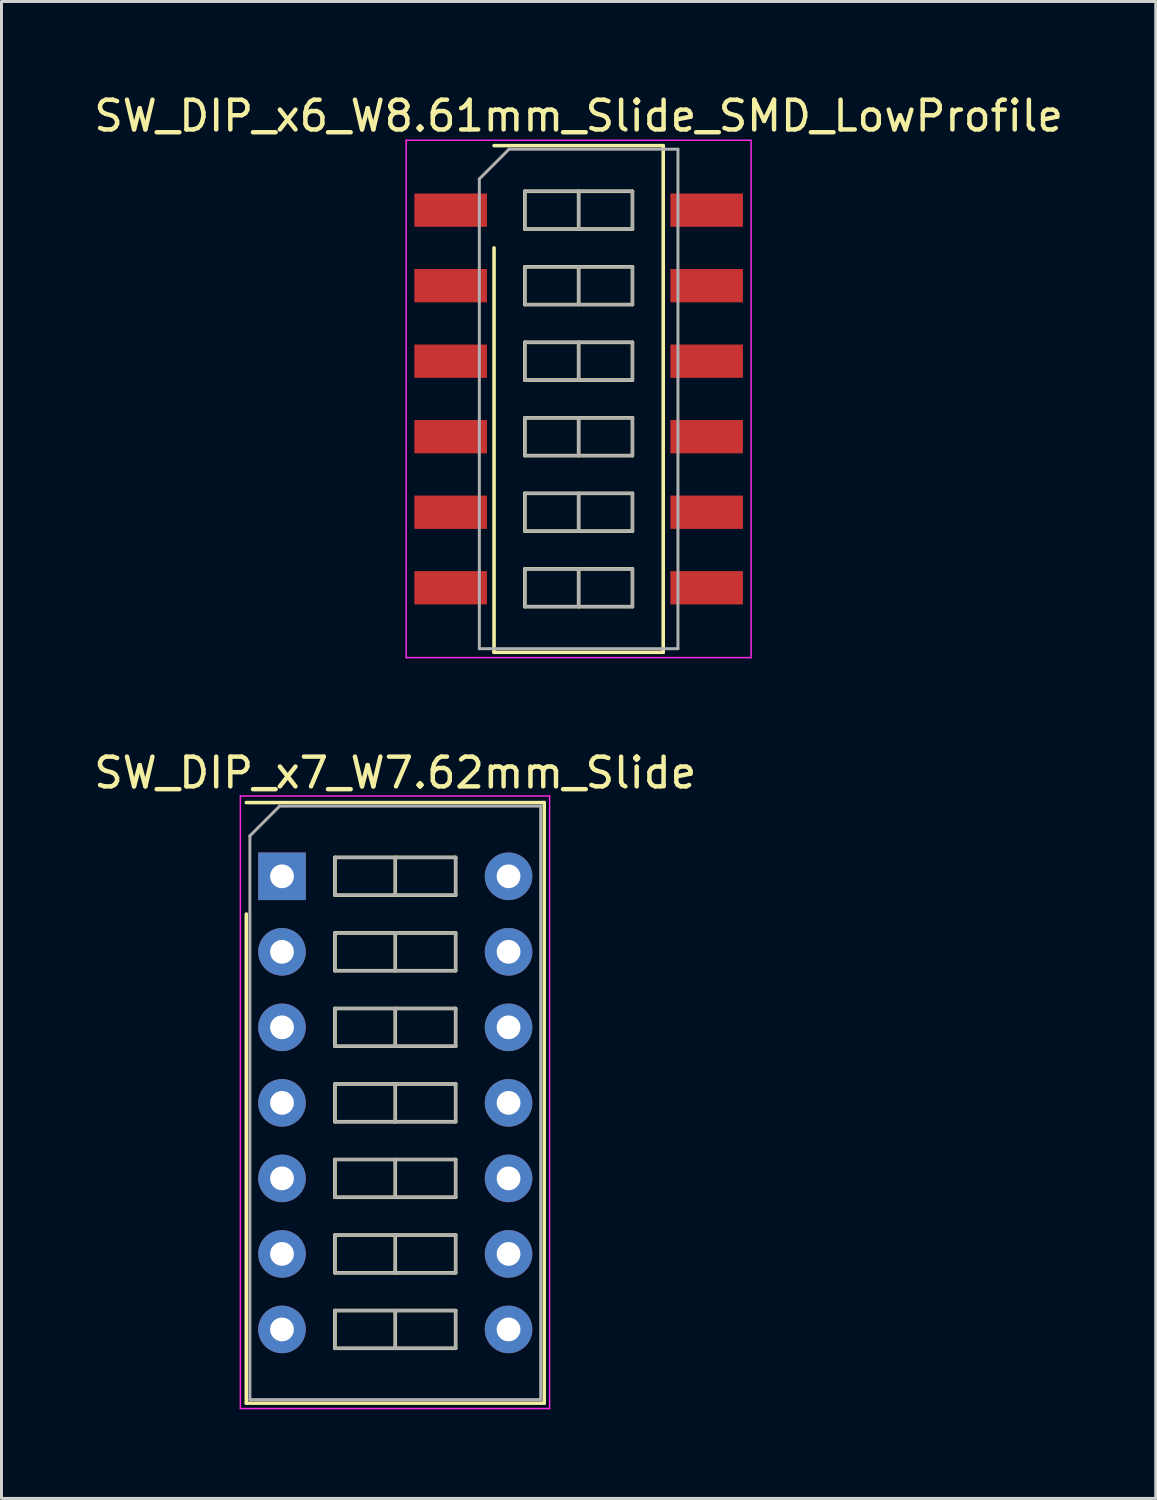
<source format=kicad_pcb>
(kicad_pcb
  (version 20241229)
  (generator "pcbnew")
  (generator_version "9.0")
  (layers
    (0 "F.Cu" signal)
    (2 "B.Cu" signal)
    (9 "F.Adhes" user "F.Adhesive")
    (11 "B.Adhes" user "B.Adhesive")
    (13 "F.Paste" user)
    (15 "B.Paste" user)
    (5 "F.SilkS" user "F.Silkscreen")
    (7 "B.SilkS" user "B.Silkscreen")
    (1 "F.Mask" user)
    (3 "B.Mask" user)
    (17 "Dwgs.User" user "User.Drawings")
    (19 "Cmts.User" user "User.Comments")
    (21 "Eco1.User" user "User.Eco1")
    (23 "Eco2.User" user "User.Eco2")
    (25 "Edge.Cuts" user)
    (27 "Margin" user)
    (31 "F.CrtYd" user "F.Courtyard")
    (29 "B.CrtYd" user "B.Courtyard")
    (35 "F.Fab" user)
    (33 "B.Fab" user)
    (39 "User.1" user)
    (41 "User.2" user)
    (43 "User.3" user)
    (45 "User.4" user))
  (footprint "SW_DIP_x6_W8.61mm_Slide_SMD_LowProfile"
    (layer "F.Cu")
    (at 16.411 10.368)
    (property "Reference" "SW_DIP_x6_W8.61mm_Slide_SMD_LowProfile" (at 0 -9.52 0) (layer "F.SilkS") (effects (font (size 1 1) (thickness 0.15))))
    (attr smd)
    (fp_line (start -2.845 -8.52) (end 2.845 -8.52) (stroke (width 0.12) (type solid)) (layer "F.SilkS"))
    (fp_line (start -2.845 8.52) (end -2.845 -5.08) (stroke (width 0.12) (type solid)) (layer "F.SilkS"))
    (fp_line (start -1.81 -6.985) (end -1.81 -5.715) (stroke (width 0.12) (type solid)) (layer "F.SilkS"))
    (fp_line (start -1.81 -5.715) (end 1.81 -5.715) (stroke (width 0.12) (type solid)) (layer "F.SilkS"))
    (fp_line (start -1.81 -4.445) (end -1.81 -3.175) (stroke (width 0.12) (type solid)) (layer "F.SilkS"))
    (fp_line (start -1.81 -3.175) (end 1.81 -3.175) (stroke (width 0.12) (type solid)) (layer "F.SilkS"))
    (fp_line (start -1.81 -1.905) (end -1.81 -0.635) (stroke (width 0.12) (type solid)) (layer "F.SilkS"))
    (fp_line (start -1.81 -0.635) (end 1.81 -0.635) (stroke (width 0.12) (type solid)) (layer "F.SilkS"))
    (fp_line (start -1.81 0.635) (end -1.81 1.905) (stroke (width 0.12) (type solid)) (layer "F.SilkS"))
    (fp_line (start -1.81 1.905) (end 1.81 1.905) (stroke (width 0.12) (type solid)) (layer "F.SilkS"))
    (fp_line (start -1.81 3.175) (end -1.81 4.445) (stroke (width 0.12) (type solid)) (layer "F.SilkS"))
    (fp_line (start -1.81 4.445) (end 1.81 4.445) (stroke (width 0.12) (type solid)) (layer "F.SilkS"))
    (fp_line (start -1.81 5.715) (end -1.81 6.985) (stroke (width 0.12) (type solid)) (layer "F.SilkS"))
    (fp_line (start -1.81 6.985) (end 1.81 6.985) (stroke (width 0.12) (type solid)) (layer "F.SilkS"))
    (fp_line (start 0 -6.985) (end 0 -5.715) (stroke (width 0.12) (type solid)) (layer "F.SilkS"))
    (fp_line (start 0 -4.445) (end 0 -3.175) (stroke (width 0.12) (type solid)) (layer "F.SilkS"))
    (fp_line (start 0 -1.905) (end 0 -0.635) (stroke (width 0.12) (type solid)) (layer "F.SilkS"))
    (fp_line (start 0 0.635) (end 0 1.905) (stroke (width 0.12) (type solid)) (layer "F.SilkS"))
    (fp_line (start 0 3.175) (end 0 4.445) (stroke (width 0.12) (type solid)) (layer "F.SilkS"))
    (fp_line (start 0 5.715) (end 0 6.985) (stroke (width 0.12) (type solid)) (layer "F.SilkS"))
    (fp_line (start 1.81 -6.985) (end -1.81 -6.985) (stroke (width 0.12) (type solid)) (layer "F.SilkS"))
    (fp_line (start 1.81 -5.715) (end 1.81 -6.985) (stroke (width 0.12) (type solid)) (layer "F.SilkS"))
    (fp_line (start 1.81 -4.445) (end -1.81 -4.445) (stroke (width 0.12) (type solid)) (layer "F.SilkS"))
    (fp_line (start 1.81 -3.175) (end 1.81 -4.445) (stroke (width 0.12) (type solid)) (layer "F.SilkS"))
    (fp_line (start 1.81 -1.905) (end -1.81 -1.905) (stroke (width 0.12) (type solid)) (layer "F.SilkS"))
    (fp_line (start 1.81 -0.635) (end 1.81 -1.905) (stroke (width 0.12) (type solid)) (layer "F.SilkS"))
    (fp_line (start 1.81 0.635) (end -1.81 0.635) (stroke (width 0.12) (type solid)) (layer "F.SilkS"))
    (fp_line (start 1.81 1.905) (end 1.81 0.635) (stroke (width 0.12) (type solid)) (layer "F.SilkS"))
    (fp_line (start 1.81 3.175) (end -1.81 3.175) (stroke (width 0.12) (type solid)) (layer "F.SilkS"))
    (fp_line (start 1.81 4.445) (end 1.81 3.175) (stroke (width 0.12) (type solid)) (layer "F.SilkS"))
    (fp_line (start 1.81 5.715) (end -1.81 5.715) (stroke (width 0.12) (type solid)) (layer "F.SilkS"))
    (fp_line (start 1.81 6.985) (end 1.81 5.715) (stroke (width 0.12) (type solid)) (layer "F.SilkS"))
    (fp_line (start 2.845 -8.52) (end 2.845 8.52) (stroke (width 0.12) (type solid)) (layer "F.SilkS"))
    (fp_line (start 2.845 8.52) (end -2.845 8.52) (stroke (width 0.12) (type solid)) (layer "F.SilkS"))
    (fp_line (start -5.8 -8.7) (end -5.8 8.7) (stroke (width 0.05) (type solid)) (layer "F.CrtYd"))
    (fp_line (start -5.8 8.7) (end 5.8 8.7) (stroke (width 0.05) (type solid)) (layer "F.CrtYd"))
    (fp_line (start 5.8 -8.7) (end -5.8 -8.7) (stroke (width 0.05) (type solid)) (layer "F.CrtYd"))
    (fp_line (start 5.8 8.7) (end 5.8 -8.7) (stroke (width 0.05) (type solid)) (layer "F.CrtYd"))
    (fp_line (start -3.34 -7.4) (end -2.34 -8.4) (stroke (width 0.1) (type solid)) (layer "F.Fab"))
    (fp_line (start -3.34 8.4) (end -3.34 -7.4) (stroke (width 0.1) (type solid)) (layer "F.Fab"))
    (fp_line (start -2.34 -8.4) (end 3.34 -8.4) (stroke (width 0.1) (type solid)) (layer "F.Fab"))
    (fp_line (start -1.81 -6.985) (end -1.81 -5.715) (stroke (width 0.1) (type solid)) (layer "F.Fab"))
    (fp_line (start -1.81 -5.715) (end 1.81 -5.715) (stroke (width 0.1) (type solid)) (layer "F.Fab"))
    (fp_line (start -1.81 -4.445) (end -1.81 -3.175) (stroke (width 0.1) (type solid)) (layer "F.Fab"))
    (fp_line (start -1.81 -3.175) (end 1.81 -3.175) (stroke (width 0.1) (type solid)) (layer "F.Fab"))
    (fp_line (start -1.81 -1.905) (end -1.81 -0.635) (stroke (width 0.1) (type solid)) (layer "F.Fab"))
    (fp_line (start -1.81 -0.635) (end 1.81 -0.635) (stroke (width 0.1) (type solid)) (layer "F.Fab"))
    (fp_line (start -1.81 0.635) (end -1.81 1.905) (stroke (width 0.1) (type solid)) (layer "F.Fab"))
    (fp_line (start -1.81 1.905) (end 1.81 1.905) (stroke (width 0.1) (type solid)) (layer "F.Fab"))
    (fp_line (start -1.81 3.175) (end -1.81 4.445) (stroke (width 0.1) (type solid)) (layer "F.Fab"))
    (fp_line (start -1.81 4.445) (end 1.81 4.445) (stroke (width 0.1) (type solid)) (layer "F.Fab"))
    (fp_line (start -1.81 5.715) (end -1.81 6.985) (stroke (width 0.1) (type solid)) (layer "F.Fab"))
    (fp_line (start -1.81 6.985) (end 1.81 6.985) (stroke (width 0.1) (type solid)) (layer "F.Fab"))
    (fp_line (start 0 -6.985) (end 0 -5.715) (stroke (width 0.1) (type solid)) (layer "F.Fab"))
    (fp_line (start 0 -4.445) (end 0 -3.175) (stroke (width 0.1) (type solid)) (layer "F.Fab"))
    (fp_line (start 0 -1.905) (end 0 -0.635) (stroke (width 0.1) (type solid)) (layer "F.Fab"))
    (fp_line (start 0 0.635) (end 0 1.905) (stroke (width 0.1) (type solid)) (layer "F.Fab"))
    (fp_line (start 0 3.175) (end 0 4.445) (stroke (width 0.1) (type solid)) (layer "F.Fab"))
    (fp_line (start 0 5.715) (end 0 6.985) (stroke (width 0.1) (type solid)) (layer "F.Fab"))
    (fp_line (start 1.81 -6.985) (end -1.81 -6.985) (stroke (width 0.1) (type solid)) (layer "F.Fab"))
    (fp_line (start 1.81 -5.715) (end 1.81 -6.985) (stroke (width 0.1) (type solid)) (layer "F.Fab"))
    (fp_line (start 1.81 -4.445) (end -1.81 -4.445) (stroke (width 0.1) (type solid)) (layer "F.Fab"))
    (fp_line (start 1.81 -3.175) (end 1.81 -4.445) (stroke (width 0.1) (type solid)) (layer "F.Fab"))
    (fp_line (start 1.81 -1.905) (end -1.81 -1.905) (stroke (width 0.1) (type solid)) (layer "F.Fab"))
    (fp_line (start 1.81 -0.635) (end 1.81 -1.905) (stroke (width 0.1) (type solid)) (layer "F.Fab"))
    (fp_line (start 1.81 0.635) (end -1.81 0.635) (stroke (width 0.1) (type solid)) (layer "F.Fab"))
    (fp_line (start 1.81 1.905) (end 1.81 0.635) (stroke (width 0.1) (type solid)) (layer "F.Fab"))
    (fp_line (start 1.81 3.175) (end -1.81 3.175) (stroke (width 0.1) (type solid)) (layer "F.Fab"))
    (fp_line (start 1.81 4.445) (end 1.81 3.175) (stroke (width 0.1) (type solid)) (layer "F.Fab"))
    (fp_line (start 1.81 5.715) (end -1.81 5.715) (stroke (width 0.1) (type solid)) (layer "F.Fab"))
    (fp_line (start 1.81 6.985) (end 1.81 5.715) (stroke (width 0.1) (type solid)) (layer "F.Fab"))
    (fp_line (start 3.34 -8.4) (end 3.34 8.4) (stroke (width 0.1) (type solid)) (layer "F.Fab"))
    (fp_line (start 3.34 8.4) (end -3.34 8.4) (stroke (width 0.1) (type solid)) (layer "F.Fab"))
    (pad "1" smd rect (at -4.305 -6.35) (size 2.44 1.12) (layers "F.Cu" "F.Mask"))
    (pad "2" smd rect (at -4.305 -3.81) (size 2.44 1.12) (layers "F.Cu" "F.Mask"))
    (pad "3" smd rect (at -4.305 -1.27) (size 2.44 1.12) (layers "F.Cu" "F.Mask"))
    (pad "4" smd rect (at -4.305 1.27) (size 2.44 1.12) (layers "F.Cu" "F.Mask"))
    (pad "5" smd rect (at -4.305 3.81) (size 2.44 1.12) (layers "F.Cu" "F.Mask"))
    (pad "6" smd rect (at -4.305 6.35) (size 2.44 1.12) (layers "F.Cu" "F.Mask"))
    (pad "7" smd rect (at 4.305 6.35) (size 2.44 1.12) (layers "F.Cu" "F.Mask"))
    (pad "8" smd rect (at 4.305 3.81) (size 2.44 1.12) (layers "F.Cu" "F.Mask"))
    (pad "9" smd rect (at 4.305 1.27) (size 2.44 1.12) (layers "F.Cu" "F.Mask"))
    (pad "10" smd rect (at 4.305 -1.27) (size 2.44 1.12) (layers "F.Cu" "F.Mask"))
    (pad "11" smd rect (at 4.305 -3.81) (size 2.44 1.12) (layers "F.Cu" "F.Mask"))
    (pad "12" smd rect (at 4.305 -6.35) (size 2.44 1.12) (layers "F.Cu" "F.Mask")))
  (footprint "SW_DIP_x7_W7.62mm_Slide"
    (layer "F.Cu")
    (at 6.434 26.422)
    (property "Reference" "SW_DIP_x7_W7.62mm_Slide" (at 3.81 -3.48 0) (layer "F.SilkS") (effects (font (size 1 1) (thickness 0.15))))
    (attr through_hole)
    (fp_line (start -1.2 -2.48) (end 8.82 -2.48) (stroke (width 0.12) (type solid)) (layer "F.SilkS"))
    (fp_line (start -1.2 17.72) (end -1.2 1.27) (stroke (width 0.12) (type solid)) (layer "F.SilkS"))
    (fp_line (start 1.78 -0.635) (end 1.78 0.635) (stroke (width 0.12) (type solid)) (layer "F.SilkS"))
    (fp_line (start 1.78 0.635) (end 5.84 0.635) (stroke (width 0.12) (type solid)) (layer "F.SilkS"))
    (fp_line (start 1.78 1.905) (end 1.78 3.175) (stroke (width 0.12) (type solid)) (layer "F.SilkS"))
    (fp_line (start 1.78 3.175) (end 5.84 3.175) (stroke (width 0.12) (type solid)) (layer "F.SilkS"))
    (fp_line (start 1.78 4.445) (end 1.78 5.715) (stroke (width 0.12) (type solid)) (layer "F.SilkS"))
    (fp_line (start 1.78 5.715) (end 5.84 5.715) (stroke (width 0.12) (type solid)) (layer "F.SilkS"))
    (fp_line (start 1.78 6.985) (end 1.78 8.255) (stroke (width 0.12) (type solid)) (layer "F.SilkS"))
    (fp_line (start 1.78 8.255) (end 5.84 8.255) (stroke (width 0.12) (type solid)) (layer "F.SilkS"))
    (fp_line (start 1.78 9.525) (end 1.78 10.795) (stroke (width 0.12) (type solid)) (layer "F.SilkS"))
    (fp_line (start 1.78 10.795) (end 5.84 10.795) (stroke (width 0.12) (type solid)) (layer "F.SilkS"))
    (fp_line (start 1.78 12.065) (end 1.78 13.335) (stroke (width 0.12) (type solid)) (layer "F.SilkS"))
    (fp_line (start 1.78 13.335) (end 5.84 13.335) (stroke (width 0.12) (type solid)) (layer "F.SilkS"))
    (fp_line (start 1.78 14.605) (end 1.78 15.875) (stroke (width 0.12) (type solid)) (layer "F.SilkS"))
    (fp_line (start 1.78 15.875) (end 5.84 15.875) (stroke (width 0.12) (type solid)) (layer "F.SilkS"))
    (fp_line (start 3.81 -0.635) (end 3.81 0.635) (stroke (width 0.12) (type solid)) (layer "F.SilkS"))
    (fp_line (start 3.81 1.905) (end 3.81 3.175) (stroke (width 0.12) (type solid)) (layer "F.SilkS"))
    (fp_line (start 3.81 4.445) (end 3.81 5.715) (stroke (width 0.12) (type solid)) (layer "F.SilkS"))
    (fp_line (start 3.81 6.985) (end 3.81 8.255) (stroke (width 0.12) (type solid)) (layer "F.SilkS"))
    (fp_line (start 3.81 9.525) (end 3.81 10.795) (stroke (width 0.12) (type solid)) (layer "F.SilkS"))
    (fp_line (start 3.81 12.065) (end 3.81 13.335) (stroke (width 0.12) (type solid)) (layer "F.SilkS"))
    (fp_line (start 3.81 14.605) (end 3.81 15.875) (stroke (width 0.12) (type solid)) (layer "F.SilkS"))
    (fp_line (start 5.84 -0.635) (end 1.78 -0.635) (stroke (width 0.12) (type solid)) (layer "F.SilkS"))
    (fp_line (start 5.84 0.635) (end 5.84 -0.635) (stroke (width 0.12) (type solid)) (layer "F.SilkS"))
    (fp_line (start 5.84 1.905) (end 1.78 1.905) (stroke (width 0.12) (type solid)) (layer "F.SilkS"))
    (fp_line (start 5.84 3.175) (end 5.84 1.905) (stroke (width 0.12) (type solid)) (layer "F.SilkS"))
    (fp_line (start 5.84 4.445) (end 1.78 4.445) (stroke (width 0.12) (type solid)) (layer "F.SilkS"))
    (fp_line (start 5.84 5.715) (end 5.84 4.445) (stroke (width 0.12) (type solid)) (layer "F.SilkS"))
    (fp_line (start 5.84 6.985) (end 1.78 6.985) (stroke (width 0.12) (type solid)) (layer "F.SilkS"))
    (fp_line (start 5.84 8.255) (end 5.84 6.985) (stroke (width 0.12) (type solid)) (layer "F.SilkS"))
    (fp_line (start 5.84 9.525) (end 1.78 9.525) (stroke (width 0.12) (type solid)) (layer "F.SilkS"))
    (fp_line (start 5.84 10.795) (end 5.84 9.525) (stroke (width 0.12) (type solid)) (layer "F.SilkS"))
    (fp_line (start 5.84 12.065) (end 1.78 12.065) (stroke (width 0.12) (type solid)) (layer "F.SilkS"))
    (fp_line (start 5.84 13.335) (end 5.84 12.065) (stroke (width 0.12) (type solid)) (layer "F.SilkS"))
    (fp_line (start 5.84 14.605) (end 1.78 14.605) (stroke (width 0.12) (type solid)) (layer "F.SilkS"))
    (fp_line (start 5.84 15.875) (end 5.84 14.605) (stroke (width 0.12) (type solid)) (layer "F.SilkS"))
    (fp_line (start 8.82 -2.48) (end 8.82 17.72) (stroke (width 0.12) (type solid)) (layer "F.SilkS"))
    (fp_line (start 8.82 17.72) (end -1.2 17.72) (stroke (width 0.12) (type solid)) (layer "F.SilkS"))
    (fp_line (start -1.4 -2.7) (end -1.4 17.9) (stroke (width 0.05) (type solid)) (layer "F.CrtYd"))
    (fp_line (start -1.4 17.9) (end 9 17.9) (stroke (width 0.05) (type solid)) (layer "F.CrtYd"))
    (fp_line (start 9 -2.7) (end -1.4 -2.7) (stroke (width 0.05) (type solid)) (layer "F.CrtYd"))
    (fp_line (start 9 17.9) (end 9 -2.7) (stroke (width 0.05) (type solid)) (layer "F.CrtYd"))
    (fp_line (start -1.08 -1.36) (end -0.08 -2.36) (stroke (width 0.1) (type solid)) (layer "F.Fab"))
    (fp_line (start -1.08 17.6) (end -1.08 -1.36) (stroke (width 0.1) (type solid)) (layer "F.Fab"))
    (fp_line (start -0.08 -2.36) (end 8.7 -2.36) (stroke (width 0.1) (type solid)) (layer "F.Fab"))
    (fp_line (start 1.78 -0.635) (end 1.78 0.635) (stroke (width 0.1) (type solid)) (layer "F.Fab"))
    (fp_line (start 1.78 0.635) (end 5.84 0.635) (stroke (width 0.1) (type solid)) (layer "F.Fab"))
    (fp_line (start 1.78 1.905) (end 1.78 3.175) (stroke (width 0.1) (type solid)) (layer "F.Fab"))
    (fp_line (start 1.78 3.175) (end 5.84 3.175) (stroke (width 0.1) (type solid)) (layer "F.Fab"))
    (fp_line (start 1.78 4.445) (end 1.78 5.715) (stroke (width 0.1) (type solid)) (layer "F.Fab"))
    (fp_line (start 1.78 5.715) (end 5.84 5.715) (stroke (width 0.1) (type solid)) (layer "F.Fab"))
    (fp_line (start 1.78 6.985) (end 1.78 8.255) (stroke (width 0.1) (type solid)) (layer "F.Fab"))
    (fp_line (start 1.78 8.255) (end 5.84 8.255) (stroke (width 0.1) (type solid)) (layer "F.Fab"))
    (fp_line (start 1.78 9.525) (end 1.78 10.795) (stroke (width 0.1) (type solid)) (layer "F.Fab"))
    (fp_line (start 1.78 10.795) (end 5.84 10.795) (stroke (width 0.1) (type solid)) (layer "F.Fab"))
    (fp_line (start 1.78 12.065) (end 1.78 13.335) (stroke (width 0.1) (type solid)) (layer "F.Fab"))
    (fp_line (start 1.78 13.335) (end 5.84 13.335) (stroke (width 0.1) (type solid)) (layer "F.Fab"))
    (fp_line (start 1.78 14.605) (end 1.78 15.875) (stroke (width 0.1) (type solid)) (layer "F.Fab"))
    (fp_line (start 1.78 15.875) (end 5.84 15.875) (stroke (width 0.1) (type solid)) (layer "F.Fab"))
    (fp_line (start 3.81 -0.635) (end 3.81 0.635) (stroke (width 0.1) (type solid)) (layer "F.Fab"))
    (fp_line (start 3.81 1.905) (end 3.81 3.175) (stroke (width 0.1) (type solid)) (layer "F.Fab"))
    (fp_line (start 3.81 4.445) (end 3.81 5.715) (stroke (width 0.1) (type solid)) (layer "F.Fab"))
    (fp_line (start 3.81 6.985) (end 3.81 8.255) (stroke (width 0.1) (type solid)) (layer "F.Fab"))
    (fp_line (start 3.81 9.525) (end 3.81 10.795) (stroke (width 0.1) (type solid)) (layer "F.Fab"))
    (fp_line (start 3.81 12.065) (end 3.81 13.335) (stroke (width 0.1) (type solid)) (layer "F.Fab"))
    (fp_line (start 3.81 14.605) (end 3.81 15.875) (stroke (width 0.1) (type solid)) (layer "F.Fab"))
    (fp_line (start 5.84 -0.635) (end 1.78 -0.635) (stroke (width 0.1) (type solid)) (layer "F.Fab"))
    (fp_line (start 5.84 0.635) (end 5.84 -0.635) (stroke (width 0.1) (type solid)) (layer "F.Fab"))
    (fp_line (start 5.84 1.905) (end 1.78 1.905) (stroke (width 0.1) (type solid)) (layer "F.Fab"))
    (fp_line (start 5.84 3.175) (end 5.84 1.905) (stroke (width 0.1) (type solid)) (layer "F.Fab"))
    (fp_line (start 5.84 4.445) (end 1.78 4.445) (stroke (width 0.1) (type solid)) (layer "F.Fab"))
    (fp_line (start 5.84 5.715) (end 5.84 4.445) (stroke (width 0.1) (type solid)) (layer "F.Fab"))
    (fp_line (start 5.84 6.985) (end 1.78 6.985) (stroke (width 0.1) (type solid)) (layer "F.Fab"))
    (fp_line (start 5.84 8.255) (end 5.84 6.985) (stroke (width 0.1) (type solid)) (layer "F.Fab"))
    (fp_line (start 5.84 9.525) (end 1.78 9.525) (stroke (width 0.1) (type solid)) (layer "F.Fab"))
    (fp_line (start 5.84 10.795) (end 5.84 9.525) (stroke (width 0.1) (type solid)) (layer "F.Fab"))
    (fp_line (start 5.84 12.065) (end 1.78 12.065) (stroke (width 0.1) (type solid)) (layer "F.Fab"))
    (fp_line (start 5.84 13.335) (end 5.84 12.065) (stroke (width 0.1) (type solid)) (layer "F.Fab"))
    (fp_line (start 5.84 14.605) (end 1.78 14.605) (stroke (width 0.1) (type solid)) (layer "F.Fab"))
    (fp_line (start 5.84 15.875) (end 5.84 14.605) (stroke (width 0.1) (type solid)) (layer "F.Fab"))
    (fp_line (start 8.7 -2.36) (end 8.7 17.6) (stroke (width 0.1) (type solid)) (layer "F.Fab"))
    (fp_line (start 8.7 17.6) (end -1.08 17.6) (stroke (width 0.1) (type solid)) (layer "F.Fab"))
    (pad "1" thru_hole rect (at 0 0) (size 1.6 1.6) (drill 0.8) (layers "*.Cu" "*.Mask"))
    (pad "2" thru_hole oval (at 0 2.54) (size 1.6 1.6) (drill 0.8) (layers "*.Cu" "*.Mask"))
    (pad "3" thru_hole oval (at 0 5.08) (size 1.6 1.6) (drill 0.8) (layers "*.Cu" "*.Mask"))
    (pad "4" thru_hole oval (at 0 7.62) (size 1.6 1.6) (drill 0.8) (layers "*.Cu" "*.Mask"))
    (pad "5" thru_hole oval (at 0 10.16) (size 1.6 1.6) (drill 0.8) (layers "*.Cu" "*.Mask"))
    (pad "6" thru_hole oval (at 0 12.7) (size 1.6 1.6) (drill 0.8) (layers "*.Cu" "*.Mask"))
    (pad "7" thru_hole oval (at 0 15.24) (size 1.6 1.6) (drill 0.8) (layers "*.Cu" "*.Mask"))
    (pad "8" thru_hole oval (at 7.62 15.24) (size 1.6 1.6) (drill 0.8) (layers "*.Cu" "*.Mask"))
    (pad "9" thru_hole oval (at 7.62 12.7) (size 1.6 1.6) (drill 0.8) (layers "*.Cu" "*.Mask"))
    (pad "10" thru_hole oval (at 7.62 10.16) (size 1.6 1.6) (drill 0.8) (layers "*.Cu" "*.Mask"))
    (pad "11" thru_hole oval (at 7.62 7.62) (size 1.6 1.6) (drill 0.8) (layers "*.Cu" "*.Mask"))
    (pad "12" thru_hole oval (at 7.62 5.08) (size 1.6 1.6) (drill 0.8) (layers "*.Cu" "*.Mask"))
    (pad "13" thru_hole oval (at 7.62 2.54) (size 1.6 1.6) (drill 0.8) (layers "*.Cu" "*.Mask"))
    (pad "14" thru_hole oval (at 7.62 0) (size 1.6 1.6) (drill 0.8) (layers "*.Cu" "*.Mask")))
  (gr_rect
    (start -3 -3)
    (end 35.821 47.346)
    (stroke (width 0.1) (type default))
    (fill no)
    (layer "Edge.Cuts")))
</source>
